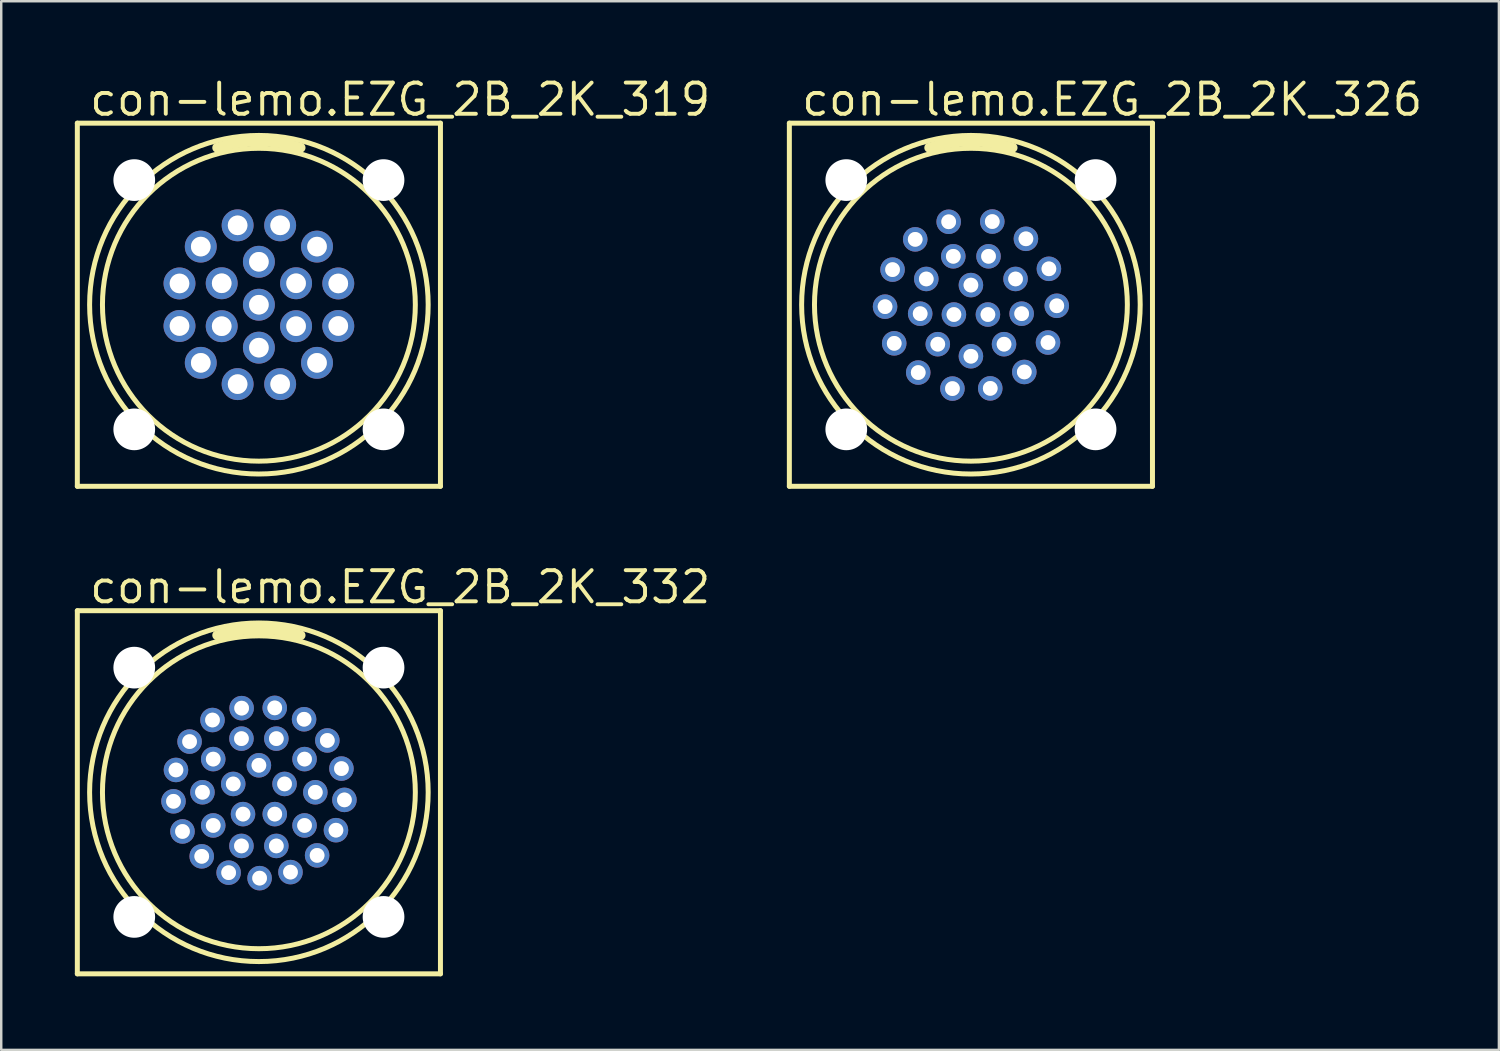
<source format=kicad_pcb>
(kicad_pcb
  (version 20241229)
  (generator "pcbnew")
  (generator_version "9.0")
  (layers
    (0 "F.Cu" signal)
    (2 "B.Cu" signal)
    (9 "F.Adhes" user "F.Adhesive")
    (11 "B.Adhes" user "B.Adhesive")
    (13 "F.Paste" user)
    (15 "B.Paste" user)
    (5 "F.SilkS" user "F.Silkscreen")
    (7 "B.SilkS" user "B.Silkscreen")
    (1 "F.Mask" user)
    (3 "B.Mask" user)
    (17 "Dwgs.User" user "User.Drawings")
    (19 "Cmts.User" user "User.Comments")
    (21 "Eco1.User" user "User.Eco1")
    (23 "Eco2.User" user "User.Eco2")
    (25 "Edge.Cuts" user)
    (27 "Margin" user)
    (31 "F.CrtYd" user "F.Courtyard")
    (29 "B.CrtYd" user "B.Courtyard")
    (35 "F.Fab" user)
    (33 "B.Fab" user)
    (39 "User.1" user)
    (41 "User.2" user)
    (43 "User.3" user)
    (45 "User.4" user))
  (footprint "con-lemo.EZG_2B_2K_332"
    (layer "F.Cu")
    (at 7.502 29.242)
    (property "Reference" "con-lemo.EZG_2B_2K_332" (at -6.985 -7.62 0) (layer "F.SilkS") (effects (font (size 1.27 1.27) (thickness 0.16)) (justify left bottom)))
    (attr through_hole)
    (fp_line (start -7.4 -7.4) (end 7.4 -7.4) (stroke (width 0.203) (type default)) (layer "F.SilkS"))
    (fp_line (start -7.4 7.4) (end -7.4 -7.4) (stroke (width 0.203) (type default)) (layer "F.SilkS"))
    (fp_line (start 7.4 -7.4) (end 7.4 7.4) (stroke (width 0.203) (type default)) (layer "F.SilkS"))
    (fp_line (start 7.4 7.4) (end -7.4 7.4) (stroke (width 0.203) (type default)) (layer "F.SilkS"))
    (fp_arc (start -1.7 -6.4) (mid 0 -6.650475) (end 1.7 -6.4) (stroke (width 0.4) (type default)) (layer "F.SilkS"))
    (fp_circle (center 0 0) (end 6.376 0) (stroke (width 0.203) (type default)) (fill no) (layer "F.SilkS"))
    (fp_circle (center 0 0) (end 6.9 0) (stroke (width 0.203) (type default)) (fill no) (layer "F.SilkS"))
    (fp_circle (center -3.481 0.368) (end -3.282 0.368) (stroke (width 0.203) (type default)) (fill no) (layer "F.Fab"))
    (fp_circle (center -3.38 -0.91) (end -3.181 -0.91) (stroke (width 0.203) (type default)) (fill no) (layer "F.Fab"))
    (fp_circle (center -3.114 1.597) (end -2.916 1.597) (stroke (width 0.203) (type default)) (fill no) (layer "F.Fab"))
    (fp_circle (center -2.825 -2.066) (end -2.627 -2.066) (stroke (width 0.203) (type default)) (fill no) (layer "F.Fab"))
    (fp_circle (center -2.33 2.611) (end -2.132 2.611) (stroke (width 0.203) (type default)) (fill no) (layer "F.Fab"))
    (fp_circle (center -2.3 0) (end -2.102 0) (stroke (width 0.203) (type default)) (fill no) (layer "F.Fab"))
    (fp_circle (center -1.891 -2.945) (end -1.693 -2.945) (stroke (width 0.203) (type default)) (fill no) (layer "F.Fab"))
    (fp_circle (center -1.861 -1.352) (end -1.662 -1.352) (stroke (width 0.203) (type default)) (fill no) (layer "F.Fab"))
    (fp_circle (center -1.861 1.352) (end -1.662 1.352) (stroke (width 0.203) (type default)) (fill no) (layer "F.Fab"))
    (fp_circle (center -1.233 3.276) (end -1.035 3.276) (stroke (width 0.203) (type default)) (fill no) (layer "F.Fab"))
    (fp_circle (center -1.046 -0.34) (end -0.848 -0.34) (stroke (width 0.203) (type default)) (fill no) (layer "F.Fab"))
    (fp_circle (center -0.711 -2.187) (end -0.512 -2.187) (stroke (width 0.203) (type default)) (fill no) (layer "F.Fab"))
    (fp_circle (center -0.711 2.187) (end -0.512 2.187) (stroke (width 0.203) (type default)) (fill no) (layer "F.Fab"))
    (fp_circle (center -0.704 -3.429) (end -0.505 -3.429) (stroke (width 0.203) (type default)) (fill no) (layer "F.Fab"))
    (fp_circle (center -0.647 0.89) (end -0.448 0.89) (stroke (width 0.203) (type default)) (fill no) (layer "F.Fab"))
    (fp_circle (center 0 -1.1) (end 0.198 -1.1) (stroke (width 0.203) (type default)) (fill no) (layer "F.Fab"))
    (fp_circle (center 0.029 3.5) (end 0.228 3.5) (stroke (width 0.203) (type default)) (fill no) (layer "F.Fab"))
    (fp_circle (center 0.646 -3.44) (end 0.845 -3.44) (stroke (width 0.203) (type default)) (fill no) (layer "F.Fab"))
    (fp_circle (center 0.647 0.89) (end 0.845 0.89) (stroke (width 0.203) (type default)) (fill no) (layer "F.Fab"))
    (fp_circle (center 0.711 -2.187) (end 0.909 -2.187) (stroke (width 0.203) (type default)) (fill no) (layer "F.Fab"))
    (fp_circle (center 0.711 2.187) (end 0.909 2.187) (stroke (width 0.203) (type default)) (fill no) (layer "F.Fab"))
    (fp_circle (center 1.046 -0.34) (end 1.245 -0.34) (stroke (width 0.203) (type default)) (fill no) (layer "F.Fab"))
    (fp_circle (center 1.288 3.254) (end 1.486 3.254) (stroke (width 0.203) (type default)) (fill no) (layer "F.Fab"))
    (fp_circle (center 1.842 -2.976) (end 2.04 -2.976) (stroke (width 0.203) (type default)) (fill no) (layer "F.Fab"))
    (fp_circle (center 1.861 -1.352) (end 2.059 -1.352) (stroke (width 0.203) (type default)) (fill no) (layer "F.Fab"))
    (fp_circle (center 1.861 1.352) (end 2.059 1.352) (stroke (width 0.203) (type default)) (fill no) (layer "F.Fab"))
    (fp_circle (center 2.3 0) (end 2.498 0) (stroke (width 0.203) (type default)) (fill no) (layer "F.Fab"))
    (fp_circle (center 2.373 2.572) (end 2.572 2.572) (stroke (width 0.203) (type default)) (fill no) (layer "F.Fab"))
    (fp_circle (center 2.79 -2.113) (end 2.988 -2.113) (stroke (width 0.203) (type default)) (fill no) (layer "F.Fab"))
    (fp_circle (center 3.141 1.545) (end 3.339 1.545) (stroke (width 0.203) (type default)) (fill no) (layer "F.Fab"))
    (fp_circle (center 3.364 -0.966) (end 3.562 -0.966) (stroke (width 0.203) (type default)) (fill no) (layer "F.Fab"))
    (fp_circle (center 3.486 0.31) (end 3.685 0.31) (stroke (width 0.203) (type default)) (fill no) (layer "F.Fab"))
    (pad "" np_thru_hole circle (at -5.08 -5.08) (size 1.7 1.7) (drill 1.7) (layers "*.Cu" "*.Mask"))
    (pad "" np_thru_hole circle (at -5.08 5.08) (size 1.7 1.7) (drill 1.7) (layers "*.Cu" "*.Mask"))
    (pad "" np_thru_hole circle (at 5.08 -5.08) (size 1.7 1.7) (drill 1.7) (layers "*.Cu" "*.Mask"))
    (pad "" np_thru_hole circle (at 5.08 5.08) (size 1.7 1.7) (drill 1.7) (layers "*.Cu" "*.Mask"))
    (pad "1" thru_hole circle (at -0.704 -3.429 101.6) (size 1 1) (drill 0.6) (layers "*.Cu" "*.Mask"))
    (pad "2" thru_hole circle (at -1.891 -2.945 122.7) (size 1 1) (drill 0.6) (layers "*.Cu" "*.Mask"))
    (pad "3" thru_hole circle (at -2.825 -2.066 143.8) (size 1 1) (drill 0.6) (layers "*.Cu" "*.Mask"))
    (pad "4" thru_hole circle (at -3.38 -0.91 164.9) (size 1 1) (drill 0.6) (layers "*.Cu" "*.Mask"))
    (pad "5" thru_hole circle (at -3.481 0.368 186) (size 1 1) (drill 0.6) (layers "*.Cu" "*.Mask"))
    (pad "6" thru_hole circle (at -3.114 1.597 207.2) (size 1 1) (drill 0.6) (layers "*.Cu" "*.Mask"))
    (pad "7" thru_hole circle (at -2.33 2.611 228.3) (size 1 1) (drill 0.6) (layers "*.Cu" "*.Mask"))
    (pad "8" thru_hole circle (at -1.233 3.276 249.4) (size 1 1) (drill 0.6) (layers "*.Cu" "*.Mask"))
    (pad "9" thru_hole circle (at 0.029 3.5 270.5) (size 1 1) (drill 0.6) (layers "*.Cu" "*.Mask"))
    (pad "10" thru_hole circle (at 1.288 3.254 291.6) (size 1 1) (drill 0.6) (layers "*.Cu" "*.Mask"))
    (pad "11" thru_hole circle (at 2.373 2.572 312.7) (size 1 1) (drill 0.6) (layers "*.Cu" "*.Mask"))
    (pad "12" thru_hole circle (at 3.141 1.545 333.8) (size 1 1) (drill 0.6) (layers "*.Cu" "*.Mask"))
    (pad "13" thru_hole circle (at 3.486 0.31 354.9) (size 1 1) (drill 0.6) (layers "*.Cu" "*.Mask"))
    (pad "14" thru_hole circle (at 3.364 -0.966 16) (size 1 1) (drill 0.6) (layers "*.Cu" "*.Mask"))
    (pad "15" thru_hole circle (at 2.79 -2.113 37.1) (size 1 1) (drill 0.6) (layers "*.Cu" "*.Mask"))
    (pad "16" thru_hole circle (at 1.842 -2.976 58.3) (size 1 1) (drill 0.6) (layers "*.Cu" "*.Mask"))
    (pad "17" thru_hole circle (at 0.646 -3.44 79.4) (size 1 1) (drill 0.6) (layers "*.Cu" "*.Mask"))
    (pad "18" thru_hole circle (at -0.711 -2.187 108) (size 1 1) (drill 0.6) (layers "*.Cu" "*.Mask"))
    (pad "19" thru_hole circle (at -1.861 -1.352 144) (size 1 1) (drill 0.6) (layers "*.Cu" "*.Mask"))
    (pad "20" thru_hole circle (at -2.3 0 180) (size 1 1) (drill 0.6) (layers "*.Cu" "*.Mask"))
    (pad "21" thru_hole circle (at -1.861 1.352 216) (size 1 1) (drill 0.6) (layers "*.Cu" "*.Mask"))
    (pad "22" thru_hole circle (at -0.711 2.187 252) (size 1 1) (drill 0.6) (layers "*.Cu" "*.Mask"))
    (pad "23" thru_hole circle (at 0.711 2.187 288) (size 1 1) (drill 0.6) (layers "*.Cu" "*.Mask"))
    (pad "24" thru_hole circle (at 1.861 1.352 324) (size 1 1) (drill 0.6) (layers "*.Cu" "*.Mask"))
    (pad "25" thru_hole circle (at 2.3 0) (size 1 1) (drill 0.6) (layers "*.Cu" "*.Mask"))
    (pad "26" thru_hole circle (at 1.861 -1.352 36) (size 1 1) (drill 0.6) (layers "*.Cu" "*.Mask"))
    (pad "27" thru_hole circle (at 0.711 -2.187 72) (size 1 1) (drill 0.6) (layers "*.Cu" "*.Mask"))
    (pad "28" thru_hole circle (at 0 -1.1 90) (size 1 1) (drill 0.6) (layers "*.Cu" "*.Mask"))
    (pad "29" thru_hole circle (at -1.046 -0.34 162) (size 1 1) (drill 0.6) (layers "*.Cu" "*.Mask"))
    (pad "30" thru_hole circle (at -0.647 0.89 234) (size 1 1) (drill 0.6) (layers "*.Cu" "*.Mask"))
    (pad "31" thru_hole circle (at 0.647 0.89 306) (size 1 1) (drill 0.6) (layers "*.Cu" "*.Mask"))
    (pad "32" thru_hole circle (at 1.046 -0.34 18) (size 1 1) (drill 0.6) (layers "*.Cu" "*.Mask")))
  (footprint "con-lemo.EZG_2B_2K_326"
    (layer "F.Cu")
    (at 36.523 9.37)
    (property "Reference" "con-lemo.EZG_2B_2K_326" (at -6.985 -7.62 0) (layer "F.SilkS") (effects (font (size 1.27 1.27) (thickness 0.16)) (justify left bottom)))
    (attr through_hole)
    (fp_line (start -7.4 -7.4) (end 7.4 -7.4) (stroke (width 0.203) (type default)) (layer "F.SilkS"))
    (fp_line (start -7.4 7.4) (end -7.4 -7.4) (stroke (width 0.203) (type default)) (layer "F.SilkS"))
    (fp_line (start 7.4 -7.4) (end 7.4 7.4) (stroke (width 0.203) (type default)) (layer "F.SilkS"))
    (fp_line (start 7.4 7.4) (end -7.4 7.4) (stroke (width 0.203) (type default)) (layer "F.SilkS"))
    (fp_arc (start -1.7 -6.4) (mid 0 -6.650475) (end 1.7 -6.4) (stroke (width 0.4) (type default)) (layer "F.SilkS"))
    (fp_circle (center 0 0) (end 6.376 0) (stroke (width 0.203) (type default)) (fill no) (layer "F.SilkS"))
    (fp_circle (center 0 0) (end 6.9 0) (stroke (width 0.203) (type default)) (fill no) (layer "F.SilkS"))
    (fp_circle (center -3.499 0.079) (end -3.301 0.079) (stroke (width 0.203) (type default)) (fill no) (layer "F.Fab"))
    (fp_circle (center -3.194 -1.431) (end -2.995 -1.431) (stroke (width 0.203) (type default)) (fill no) (layer "F.Fab"))
    (fp_circle (center -3.126 1.574) (end -2.928 1.574) (stroke (width 0.203) (type default)) (fill no) (layer "F.Fab"))
    (fp_circle (center -2.27 -2.664) (end -2.071 -2.664) (stroke (width 0.203) (type default)) (fill no) (layer "F.Fab"))
    (fp_circle (center -2.147 2.764) (end -1.949 2.764) (stroke (width 0.203) (type default)) (fill no) (layer "F.Fab"))
    (fp_circle (center -2.068 0.365) (end -1.87 0.365) (stroke (width 0.203) (type default)) (fill no) (layer "F.Fab"))
    (fp_circle (center -1.819 -1.05) (end -1.62 -1.05) (stroke (width 0.203) (type default)) (fill no) (layer "F.Fab"))
    (fp_circle (center -1.35 1.609) (end -1.151 1.609) (stroke (width 0.203) (type default)) (fill no) (layer "F.Fab"))
    (fp_circle (center -0.906 -3.381) (end -0.707 -3.381) (stroke (width 0.203) (type default)) (fill no) (layer "F.Fab"))
    (fp_circle (center -0.753 3.418) (end -0.554 3.418) (stroke (width 0.203) (type default)) (fill no) (layer "F.Fab"))
    (fp_circle (center -0.718 -1.973) (end -0.52 -1.973) (stroke (width 0.203) (type default)) (fill no) (layer "F.Fab"))
    (fp_circle (center -0.693 0.4) (end -0.494 0.4) (stroke (width 0.203) (type default)) (fill no) (layer "F.Fab"))
    (fp_circle (center 0 -0.8) (end 0.198 -0.8) (stroke (width 0.203) (type default)) (fill no) (layer "F.Fab"))
    (fp_circle (center 0 2.1) (end 0.198 2.1) (stroke (width 0.203) (type default)) (fill no) (layer "F.Fab"))
    (fp_circle (center 0.693 0.4) (end 0.891 0.4) (stroke (width 0.203) (type default)) (fill no) (layer "F.Fab"))
    (fp_circle (center 0.718 -1.973) (end 0.917 -1.973) (stroke (width 0.203) (type default)) (fill no) (layer "F.Fab"))
    (fp_circle (center 0.788 3.41) (end 0.986 3.41) (stroke (width 0.203) (type default)) (fill no) (layer "F.Fab"))
    (fp_circle (center 0.871 -3.39) (end 1.069 -3.39) (stroke (width 0.203) (type default)) (fill no) (layer "F.Fab"))
    (fp_circle (center 1.35 1.609) (end 1.548 1.609) (stroke (width 0.203) (type default)) (fill no) (layer "F.Fab"))
    (fp_circle (center 1.819 -1.05) (end 2.017 -1.05) (stroke (width 0.203) (type default)) (fill no) (layer "F.Fab"))
    (fp_circle (center 2.068 0.365) (end 2.267 0.365) (stroke (width 0.203) (type default)) (fill no) (layer "F.Fab"))
    (fp_circle (center 2.176 2.741) (end 2.374 2.741) (stroke (width 0.203) (type default)) (fill no) (layer "F.Fab"))
    (fp_circle (center 2.242 -2.687) (end 2.441 -2.687) (stroke (width 0.203) (type default)) (fill no) (layer "F.Fab"))
    (fp_circle (center 3.142 1.541) (end 3.341 1.541) (stroke (width 0.203) (type default)) (fill no) (layer "F.Fab"))
    (fp_circle (center 3.179 -1.464) (end 3.377 -1.464) (stroke (width 0.203) (type default)) (fill no) (layer "F.Fab"))
    (fp_circle (center 3.5 0.043) (end 3.698 0.043) (stroke (width 0.203) (type default)) (fill no) (layer "F.Fab"))
    (pad "" np_thru_hole circle (at -5.08 -5.08) (size 1.7 1.7) (drill 1.7) (layers "*.Cu" "*.Mask"))
    (pad "" np_thru_hole circle (at -5.08 5.08) (size 1.7 1.7) (drill 1.7) (layers "*.Cu" "*.Mask"))
    (pad "" np_thru_hole circle (at 5.08 -5.08) (size 1.7 1.7) (drill 1.7) (layers "*.Cu" "*.Mask"))
    (pad "" np_thru_hole circle (at 5.08 5.08) (size 1.7 1.7) (drill 1.7) (layers "*.Cu" "*.Mask"))
    (pad "1" thru_hole circle (at -0.906 -3.381 105) (size 1 1) (drill 0.6) (layers "*.Cu" "*.Mask"))
    (pad "2" thru_hole circle (at -2.27 -2.664 130.4) (size 1 1) (drill 0.6) (layers "*.Cu" "*.Mask"))
    (pad "3" thru_hole circle (at -3.194 -1.431 155.9) (size 1 1) (drill 0.6) (layers "*.Cu" "*.Mask"))
    (pad "4" thru_hole circle (at -3.499 0.079 181.3) (size 1 1) (drill 0.6) (layers "*.Cu" "*.Mask"))
    (pad "5" thru_hole circle (at -3.126 1.574 206.7) (size 1 1) (drill 0.6) (layers "*.Cu" "*.Mask"))
    (pad "6" thru_hole circle (at -2.147 2.764 232.2) (size 1 1) (drill 0.6) (layers "*.Cu" "*.Mask"))
    (pad "7" thru_hole circle (at -0.753 3.418 257.6) (size 1 1) (drill 0.6) (layers "*.Cu" "*.Mask"))
    (pad "8" thru_hole circle (at 0.788 3.41 283) (size 1 1) (drill 0.6) (layers "*.Cu" "*.Mask"))
    (pad "9" thru_hole circle (at 2.176 2.741 308.4) (size 1 1) (drill 0.6) (layers "*.Cu" "*.Mask"))
    (pad "10" thru_hole circle (at 3.142 1.541 333.9) (size 1 1) (drill 0.6) (layers "*.Cu" "*.Mask"))
    (pad "11" thru_hole circle (at 3.5 0.043 359.3) (size 1 1) (drill 0.6) (layers "*.Cu" "*.Mask"))
    (pad "12" thru_hole circle (at 3.179 -1.464 24.7) (size 1 1) (drill 0.6) (layers "*.Cu" "*.Mask"))
    (pad "13" thru_hole circle (at 2.242 -2.687 50.2) (size 1 1) (drill 0.6) (layers "*.Cu" "*.Mask"))
    (pad "14" thru_hole circle (at 0.871 -3.39 75.6) (size 1 1) (drill 0.6) (layers "*.Cu" "*.Mask"))
    (pad "15" thru_hole circle (at -0.718 -1.973 110) (size 1 1) (drill 0.6) (layers "*.Cu" "*.Mask"))
    (pad "16" thru_hole circle (at -1.819 -1.05 150) (size 1 1) (drill 0.6) (layers "*.Cu" "*.Mask"))
    (pad "17" thru_hole circle (at -2.068 0.365 190) (size 1 1) (drill 0.6) (layers "*.Cu" "*.Mask"))
    (pad "18" thru_hole circle (at -1.35 1.609 230) (size 1 1) (drill 0.6) (layers "*.Cu" "*.Mask"))
    (pad "19" thru_hole circle (at 0 2.1 270) (size 1 1) (drill 0.6) (layers "*.Cu" "*.Mask"))
    (pad "20" thru_hole circle (at 1.35 1.609 310) (size 1 1) (drill 0.6) (layers "*.Cu" "*.Mask"))
    (pad "21" thru_hole circle (at 2.068 0.365 350) (size 1 1) (drill 0.6) (layers "*.Cu" "*.Mask"))
    (pad "22" thru_hole circle (at 1.819 -1.05 30) (size 1 1) (drill 0.6) (layers "*.Cu" "*.Mask"))
    (pad "23" thru_hole circle (at 0.718 -1.973 70) (size 1 1) (drill 0.6) (layers "*.Cu" "*.Mask"))
    (pad "24" thru_hole circle (at 0 -0.8 90) (size 1 1) (drill 0.6) (layers "*.Cu" "*.Mask"))
    (pad "25" thru_hole circle (at -0.693 0.4 210) (size 1 1) (drill 0.6) (layers "*.Cu" "*.Mask"))
    (pad "26" thru_hole circle (at 0.693 0.4 330) (size 1 1) (drill 0.6) (layers "*.Cu" "*.Mask")))
  (footprint "con-lemo.EZG_2B_2K_319"
    (layer "F.Cu")
    (at 7.502 9.37)
    (property "Reference" "con-lemo.EZG_2B_2K_319" (at -6.985 -7.62 0) (layer "F.SilkS") (effects (font (size 1.27 1.27) (thickness 0.16)) (justify left bottom)))
    (attr through_hole)
    (fp_line (start -7.4 -7.4) (end 7.4 -7.4) (stroke (width 0.203) (type default)) (layer "F.SilkS"))
    (fp_line (start -7.4 7.4) (end -7.4 -7.4) (stroke (width 0.203) (type default)) (layer "F.SilkS"))
    (fp_line (start 7.4 -7.4) (end 7.4 7.4) (stroke (width 0.203) (type default)) (layer "F.SilkS"))
    (fp_line (start 7.4 7.4) (end -7.4 7.4) (stroke (width 0.203) (type default)) (layer "F.SilkS"))
    (fp_arc (start -1.7 -6.4) (mid 0 -6.650475) (end 1.7 -6.4) (stroke (width 0.4) (type default)) (layer "F.SilkS"))
    (fp_circle (center 0 0) (end 6.376 0) (stroke (width 0.203) (type default)) (fill no) (layer "F.SilkS"))
    (fp_circle (center 0 0) (end 6.9 0) (stroke (width 0.203) (type default)) (fill no) (layer "F.SilkS"))
    (fp_circle (center -3.236 -0.867) (end -2.938 -0.867) (stroke (width 0.203) (type default)) (fill no) (layer "F.Fab"))
    (fp_circle (center -3.236 0.867) (end -2.938 0.867) (stroke (width 0.203) (type default)) (fill no) (layer "F.Fab"))
    (fp_circle (center -2.369 -2.369) (end -2.07 -2.369) (stroke (width 0.203) (type default)) (fill no) (layer "F.Fab"))
    (fp_circle (center -2.369 2.369) (end -2.07 2.369) (stroke (width 0.203) (type default)) (fill no) (layer "F.Fab"))
    (fp_circle (center -1.516 -0.875) (end -1.217 -0.875) (stroke (width 0.203) (type default)) (fill no) (layer "F.Fab"))
    (fp_circle (center -1.516 0.875) (end -1.217 0.875) (stroke (width 0.203) (type default)) (fill no) (layer "F.Fab"))
    (fp_circle (center -0.867 -3.236) (end -0.569 -3.236) (stroke (width 0.203) (type default)) (fill no) (layer "F.Fab"))
    (fp_circle (center -0.867 3.236) (end -0.569 3.236) (stroke (width 0.203) (type default)) (fill no) (layer "F.Fab"))
    (fp_circle (center 0 -1.75) (end 0.298 -1.75) (stroke (width 0.203) (type default)) (fill no) (layer "F.Fab"))
    (fp_circle (center 0 0) (end 0.298 0) (stroke (width 0.203) (type default)) (fill no) (layer "F.Fab"))
    (fp_circle (center 0 1.75) (end 0.298 1.75) (stroke (width 0.203) (type default)) (fill no) (layer "F.Fab"))
    (fp_circle (center 0.867 -3.236) (end 1.165 -3.236) (stroke (width 0.203) (type default)) (fill no) (layer "F.Fab"))
    (fp_circle (center 0.867 3.236) (end 1.165 3.236) (stroke (width 0.203) (type default)) (fill no) (layer "F.Fab"))
    (fp_circle (center 1.516 -0.875) (end 1.814 -0.875) (stroke (width 0.203) (type default)) (fill no) (layer "F.Fab"))
    (fp_circle (center 1.516 0.875) (end 1.814 0.875) (stroke (width 0.203) (type default)) (fill no) (layer "F.Fab"))
    (fp_circle (center 2.369 -2.369) (end 2.667 -2.369) (stroke (width 0.203) (type default)) (fill no) (layer "F.Fab"))
    (fp_circle (center 2.369 2.369) (end 2.667 2.369) (stroke (width 0.203) (type default)) (fill no) (layer "F.Fab"))
    (fp_circle (center 3.236 -0.867) (end 3.534 -0.867) (stroke (width 0.203) (type default)) (fill no) (layer "F.Fab"))
    (fp_circle (center 3.236 0.867) (end 3.534 0.867) (stroke (width 0.203) (type default)) (fill no) (layer "F.Fab"))
    (pad "" np_thru_hole circle (at -5.08 -5.08) (size 1.7 1.7) (drill 1.7) (layers "*.Cu" "*.Mask"))
    (pad "" np_thru_hole circle (at -5.08 5.08) (size 1.7 1.7) (drill 1.7) (layers "*.Cu" "*.Mask"))
    (pad "" np_thru_hole circle (at 5.08 -5.08) (size 1.7 1.7) (drill 1.7) (layers "*.Cu" "*.Mask"))
    (pad "" np_thru_hole circle (at 5.08 5.08) (size 1.7 1.7) (drill 1.7) (layers "*.Cu" "*.Mask"))
    (pad "1" thru_hole circle (at -0.867 -3.236 105) (size 1.3 1.3) (drill 0.8) (layers "*.Cu" "*.Mask"))
    (pad "2" thru_hole circle (at -2.369 -2.369 135) (size 1.3 1.3) (drill 0.8) (layers "*.Cu" "*.Mask"))
    (pad "3" thru_hole circle (at -3.236 -0.867 165) (size 1.3 1.3) (drill 0.8) (layers "*.Cu" "*.Mask"))
    (pad "4" thru_hole circle (at -3.236 0.867 195) (size 1.3 1.3) (drill 0.8) (layers "*.Cu" "*.Mask"))
    (pad "5" thru_hole circle (at -2.369 2.369 225) (size 1.3 1.3) (drill 0.8) (layers "*.Cu" "*.Mask"))
    (pad "6" thru_hole circle (at -0.867 3.236 255) (size 1.3 1.3) (drill 0.8) (layers "*.Cu" "*.Mask"))
    (pad "7" thru_hole circle (at 0.867 3.236 285) (size 1.3 1.3) (drill 0.8) (layers "*.Cu" "*.Mask"))
    (pad "8" thru_hole circle (at 2.369 2.369 315) (size 1.3 1.3) (drill 0.8) (layers "*.Cu" "*.Mask"))
    (pad "9" thru_hole circle (at 3.236 0.867 345) (size 1.3 1.3) (drill 0.8) (layers "*.Cu" "*.Mask"))
    (pad "10" thru_hole circle (at 3.236 -0.867 15) (size 1.3 1.3) (drill 0.8) (layers "*.Cu" "*.Mask"))
    (pad "11" thru_hole circle (at 2.369 -2.369 45) (size 1.3 1.3) (drill 0.8) (layers "*.Cu" "*.Mask"))
    (pad "12" thru_hole circle (at 0.867 -3.236 75) (size 1.3 1.3) (drill 0.8) (layers "*.Cu" "*.Mask"))
    (pad "13" thru_hole circle (at 0 -1.75 90) (size 1.3 1.3) (drill 0.8) (layers "*.Cu" "*.Mask"))
    (pad "14" thru_hole circle (at -1.516 -0.875 150) (size 1.3 1.3) (drill 0.8) (layers "*.Cu" "*.Mask"))
    (pad "15" thru_hole circle (at -1.516 0.875 210) (size 1.3 1.3) (drill 0.8) (layers "*.Cu" "*.Mask"))
    (pad "16" thru_hole circle (at 0 1.75 270) (size 1.3 1.3) (drill 0.8) (layers "*.Cu" "*.Mask"))
    (pad "17" thru_hole circle (at 1.516 0.875 330) (size 1.3 1.3) (drill 0.8) (layers "*.Cu" "*.Mask"))
    (pad "18" thru_hole circle (at 1.516 -0.875 30) (size 1.3 1.3) (drill 0.8) (layers "*.Cu" "*.Mask"))
    (pad "19" thru_hole circle (at 0 0) (size 1.3 1.3) (drill 0.8) (layers "*.Cu" "*.Mask")))
  (gr_rect
    (start -3 -3)
    (end 58.043 39.743)
    (stroke (width 0.1) (type default))
    (fill no)
    (layer "Edge.Cuts")))
</source>
